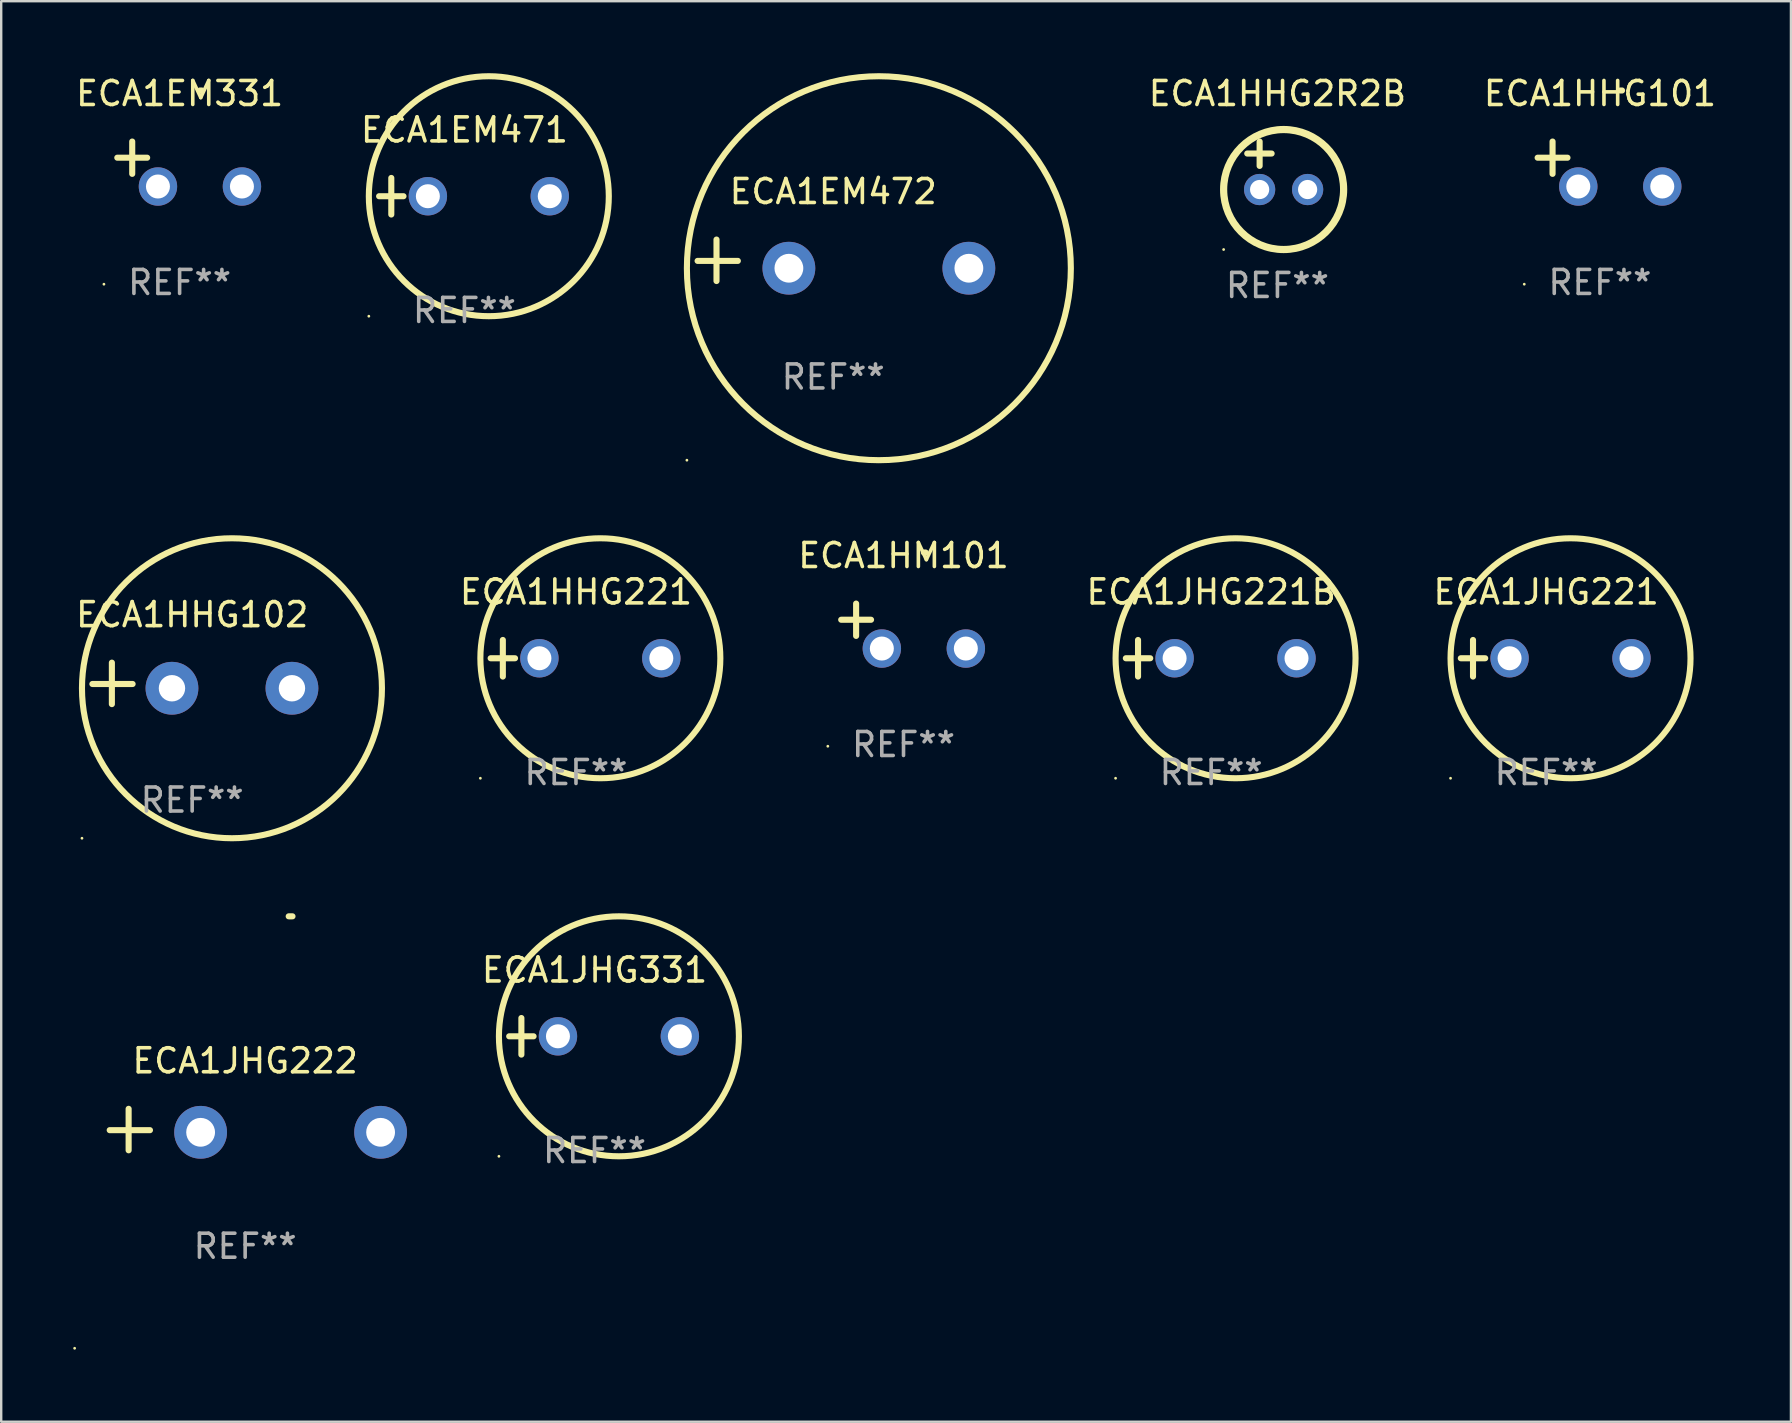
<source format=kicad_pcb>
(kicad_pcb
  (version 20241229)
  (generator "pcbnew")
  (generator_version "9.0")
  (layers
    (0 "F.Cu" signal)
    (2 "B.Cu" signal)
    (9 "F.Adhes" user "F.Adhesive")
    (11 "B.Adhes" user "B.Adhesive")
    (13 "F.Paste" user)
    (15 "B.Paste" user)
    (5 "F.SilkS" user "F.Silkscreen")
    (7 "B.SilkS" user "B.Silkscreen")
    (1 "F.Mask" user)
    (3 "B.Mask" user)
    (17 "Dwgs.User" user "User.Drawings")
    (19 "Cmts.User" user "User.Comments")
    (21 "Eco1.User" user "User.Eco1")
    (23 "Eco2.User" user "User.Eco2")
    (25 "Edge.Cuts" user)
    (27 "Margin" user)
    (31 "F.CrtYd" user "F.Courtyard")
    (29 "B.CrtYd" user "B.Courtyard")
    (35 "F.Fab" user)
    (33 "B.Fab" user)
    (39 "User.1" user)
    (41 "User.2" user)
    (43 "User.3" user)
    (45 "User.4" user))
  (footprint "ECA1EM472"
    (layer "F.Cu")
    (at 31.672 7.797)
    (property "Reference" "ECA1EM472" (at 0 -2.864 0) (layer "F.SilkS") (effects (font (size 1 1) (thickness 0.15))))
    (attr through_hole)
    (fp_line (start -4.864 0.864) (end -4.864 -0.864) (stroke (width 0.254) (type solid)) (layer "F.SilkS"))
    (fp_line (start -3.975 0.025) (end -5.652 0.025) (stroke (width 0.254) (type solid)) (layer "F.SilkS"))
    (fp_circle (center -6.098 8.33) (end -6.068 8.33) (stroke (width 0.06) (type solid)) (fill no) (layer "F.SilkS"))
    (fp_circle (center 1.902 0.33) (end 9.902 0.33) (stroke (width 0.254) (type solid)) (fill no) (layer "F.SilkS"))
    (fp_text user "REF**" (at 0 4.864 0) (layer "F.Fab") (effects (font (size 1 1) (thickness 0.15))))
    (pad "1" thru_hole circle (at -1.848 0.33) (size 2.2 2.2) (drill 1.2) (layers "*.Cu" "*.Mask"))
    (pad "2" thru_hole circle (at 5.652 0.33) (size 2.2 2.2) (drill 1.2) (layers "*.Cu" "*.Mask")))
  (footprint "ECA1JHG222"
    (layer "F.Cu")
    (at 7.166 44.021)
    (property "Reference" "ECA1JHG222" (at 0 -2.864 0) (layer "F.SilkS") (effects (font (size 1 1) (thickness 0.15))))
    (attr through_hole)
    (fp_line (start -4.856 0.864) (end -4.856 -0.864) (stroke (width 0.254) (type solid)) (layer "F.SilkS"))
    (fp_line (start -3.967 0.025) (end -5.644 0.025) (stroke (width 0.254) (type solid)) (layer "F.SilkS"))
    (fp_arc (start 1.815024 -8.885649) (mid 1.893764 -8.88599) (end 1.972504 -8.885649) (stroke (width 0.254001) (type solid)) (layer "F.SilkS"))
    (fp_circle (center -7.106 9.114) (end -7.076 9.114) (stroke (width 0.06) (type solid)) (fill no) (layer "F.SilkS"))
    (fp_text user "REF**" (at 0 4.864 0) (layer "F.Fab") (effects (font (size 1 1) (thickness 0.15))))
    (pad "1" thru_hole circle (at -1.856 0.114) (size 2.2 2.2) (drill 1.2) (layers "*.Cu" "*.Mask"))
    (pad "2" thru_hole circle (at 5.644 0.114) (size 2.2 2.2) (drill 1.2) (layers "*.Cu" "*.Mask")))
  (footprint "ECA1HHG101"
    (layer "F.Cu")
    (at 63.623 3.785)
    (property "Reference" "ECA1HHG101" (at 0 -2.937 0) (layer "F.SilkS") (effects (font (size 1 1) (thickness 0.15))))
    (attr through_hole)
    (fp_line (start -1.975 0.41) (end -1.975 -0.937) (stroke (width 0.254) (type solid)) (layer "F.SilkS"))
    (fp_line (start -1.353 -0.263) (end -2.597 -0.263) (stroke (width 0.254) (type solid)) (layer "F.SilkS"))
    (fp_arc (start 0.849809 -3.063957) (mid 0.885369 -3.064114) (end 0.920929 -3.063957) (stroke (width 0.254001) (type solid)) (layer "F.SilkS"))
    (fp_circle (center -3.154 5.008) (end -3.124 5.008) (stroke (width 0.06) (type solid)) (fill no) (layer "F.SilkS"))
    (fp_text user "REF**" (at 0 4.937 0) (layer "F.Fab") (effects (font (size 1 1) (thickness 0.15))))
    (pad "1" thru_hole circle (at -0.903 0.937) (size 1.6 1.6) (drill 1) (layers "*.Cu" "*.Mask"))
    (pad "2" thru_hole circle (at 2.597 0.937) (size 1.6 1.6) (drill 1) (layers "*.Cu" "*.Mask")))
  (footprint "ECA1HHG2R2B"
    (layer "F.Cu")
    (at 50.183 3.848)
    (property "Reference" "ECA1HHG2R2B" (at 0 -3 0) (layer "F.SilkS") (effects (font (size 1 1) (thickness 0.15))))
    (attr through_hole)
    (fp_line (start -1.258 -0.5) (end -0.242 -0.5) (stroke (width 0.254) (type solid)) (layer "F.SilkS"))
    (fp_line (start -0.742 -1) (end -0.742 0.016) (stroke (width 0.254) (type solid)) (layer "F.SilkS"))
    (fp_circle (center -2.242 3.5) (end -2.212 3.5) (stroke (width 0.06) (type solid)) (fill no) (layer "F.SilkS"))
    (fp_circle (center 0.258 1) (end 2.758 1) (stroke (width 0.3) (type solid)) (fill no) (layer "F.SilkS"))
    (fp_text user "REF**" (at 0 5 0) (layer "F.Fab") (effects (font (size 1 1) (thickness 0.15))))
    (pad "1" thru_hole circle (at -0.742 1) (size 1.3 1.3) (drill 0.8) (layers "*.Cu" "*.Mask"))
    (pad "2" thru_hole circle (at 1.258 1) (size 1.3 1.3) (drill 0.8) (layers "*.Cu" "*.Mask")))
  (footprint "ECA1JHG331"
    (layer "F.Cu")
    (at 21.725 40.135)
    (property "Reference" "ECA1JHG331" (at 0 -2.762 0) (layer "F.SilkS") (effects (font (size 1 1) (thickness 0.15))))
    (attr through_hole)
    (fp_line (start -3.556 0) (end -2.54 0) (stroke (width 0.254) (type solid)) (layer "F.SilkS"))
    (fp_line (start -3.048 -0.762) (end -3.048 0.762) (stroke (width 0.254) (type solid)) (layer "F.SilkS"))
    (fp_circle (center -3.984 5) (end -3.954 5) (stroke (width 0.06) (type solid)) (fill no) (layer "F.SilkS"))
    (fp_circle (center 1.016 0) (end 6.016 0) (stroke (width 0.254) (type solid)) (fill no) (layer "F.SilkS"))
    (fp_text user "REF**" (at 0 4.762 0) (layer "F.Fab") (effects (font (size 1 1) (thickness 0.15))))
    (pad "1" thru_hole circle (at -1.524 0) (size 1.6 1.6) (drill 1) (layers "*.Cu" "*.Mask"))
    (pad "2" thru_hole circle (at 3.556 0) (size 1.6 1.6) (drill 1) (layers "*.Cu" "*.Mask")))
  (footprint "ECA1EM471"
    (layer "F.Cu")
    (at 16.304 5.127)
    (property "Reference" "ECA1EM471" (at 0 -2.762 0) (layer "F.SilkS") (effects (font (size 1 1) (thickness 0.15))))
    (attr through_hole)
    (fp_line (start -3.556 0) (end -2.54 0) (stroke (width 0.254) (type solid)) (layer "F.SilkS"))
    (fp_line (start -3.048 -0.762) (end -3.048 0.762) (stroke (width 0.254) (type solid)) (layer "F.SilkS"))
    (fp_circle (center -3.984 5) (end -3.954 5) (stroke (width 0.06) (type solid)) (fill no) (layer "F.SilkS"))
    (fp_circle (center 1.016 0) (end 6.016 0) (stroke (width 0.254) (type solid)) (fill no) (layer "F.SilkS"))
    (fp_text user "REF**" (at 0 4.762 0) (layer "F.Fab") (effects (font (size 1 1) (thickness 0.15))))
    (pad "1" thru_hole circle (at -1.524 0) (size 1.6 1.6) (drill 1) (layers "*.Cu" "*.Mask"))
    (pad "2" thru_hole circle (at 3.556 0) (size 1.6 1.6) (drill 1) (layers "*.Cu" "*.Mask")))
  (footprint "ECA1HM101"
    (layer "F.Cu")
    (at 34.601 23.039)
    (property "Reference" "ECA1HM101" (at 0 -2.937 0) (layer "F.SilkS") (effects (font (size 1 1) (thickness 0.15))))
    (attr through_hole)
    (fp_line (start -1.975 0.41) (end -1.975 -0.937) (stroke (width 0.254) (type solid)) (layer "F.SilkS"))
    (fp_line (start -1.353 -0.263) (end -2.597 -0.263) (stroke (width 0.254) (type solid)) (layer "F.SilkS"))
    (fp_arc (start 0.849809 -3.063957) (mid 0.885369 -3.064114) (end 0.920929 -3.063957) (stroke (width 0.254001) (type solid)) (layer "F.SilkS"))
    (fp_circle (center -3.154 5.008) (end -3.124 5.008) (stroke (width 0.06) (type solid)) (fill no) (layer "F.SilkS"))
    (fp_text user "REF**" (at 0 4.937 0) (layer "F.Fab") (effects (font (size 1 1) (thickness 0.15))))
    (pad "1" thru_hole circle (at -0.903 0.937) (size 1.6 1.6) (drill 1) (layers "*.Cu" "*.Mask"))
    (pad "2" thru_hole circle (at 2.597 0.937) (size 1.6 1.6) (drill 1) (layers "*.Cu" "*.Mask")))
  (footprint "ECA1EM331"
    (layer "F.Cu")
    (at 4.435 3.785)
    (property "Reference" "ECA1EM331" (at 0 -2.937 0) (layer "F.SilkS") (effects (font (size 1 1) (thickness 0.15))))
    (attr through_hole)
    (fp_line (start -1.975 0.41) (end -1.975 -0.937) (stroke (width 0.254) (type solid)) (layer "F.SilkS"))
    (fp_line (start -1.353 -0.263) (end -2.597 -0.263) (stroke (width 0.254) (type solid)) (layer "F.SilkS"))
    (fp_arc (start 0.849809 -3.063957) (mid 0.885369 -3.064114) (end 0.920929 -3.063957) (stroke (width 0.254001) (type solid)) (layer "F.SilkS"))
    (fp_circle (center -3.154 5.008) (end -3.124 5.008) (stroke (width 0.06) (type solid)) (fill no) (layer "F.SilkS"))
    (fp_text user "REF**" (at 0 4.937 0) (layer "F.Fab") (effects (font (size 1 1) (thickness 0.15))))
    (pad "1" thru_hole circle (at -0.903 0.937) (size 1.6 1.6) (drill 1) (layers "*.Cu" "*.Mask"))
    (pad "2" thru_hole circle (at 2.597 0.937) (size 1.6 1.6) (drill 1) (layers "*.Cu" "*.Mask")))
  (footprint "ECA1HHG221"
    (layer "F.Cu")
    (at 20.952 24.381)
    (property "Reference" "ECA1HHG221" (at 0 -2.762 0) (layer "F.SilkS") (effects (font (size 1 1) (thickness 0.15))))
    (attr through_hole)
    (fp_line (start -3.556 0) (end -2.54 0) (stroke (width 0.254) (type solid)) (layer "F.SilkS"))
    (fp_line (start -3.048 -0.762) (end -3.048 0.762) (stroke (width 0.254) (type solid)) (layer "F.SilkS"))
    (fp_circle (center -3.984 5) (end -3.954 5) (stroke (width 0.06) (type solid)) (fill no) (layer "F.SilkS"))
    (fp_circle (center 1.016 0) (end 6.016 0) (stroke (width 0.254) (type solid)) (fill no) (layer "F.SilkS"))
    (fp_text user "REF**" (at 0 4.762 0) (layer "F.Fab") (effects (font (size 1 1) (thickness 0.15))))
    (pad "1" thru_hole circle (at -1.524 0) (size 1.6 1.6) (drill 1) (layers "*.Cu" "*.Mask"))
    (pad "2" thru_hole circle (at 3.556 0) (size 1.6 1.6) (drill 1) (layers "*.Cu" "*.Mask")))
  (footprint "ECA1JHG221B"
    (layer "F.Cu")
    (at 47.422 24.381)
    (property "Reference" "ECA1JHG221B" (at 0 -2.762 0) (layer "F.SilkS") (effects (font (size 1 1) (thickness 0.15))))
    (attr through_hole)
    (fp_line (start -3.556 0) (end -2.54 0) (stroke (width 0.254) (type solid)) (layer "F.SilkS"))
    (fp_line (start -3.048 -0.762) (end -3.048 0.762) (stroke (width 0.254) (type solid)) (layer "F.SilkS"))
    (fp_circle (center -3.984 5) (end -3.954 5) (stroke (width 0.06) (type solid)) (fill no) (layer "F.SilkS"))
    (fp_circle (center 1.016 0) (end 6.016 0) (stroke (width 0.254) (type solid)) (fill no) (layer "F.SilkS"))
    (fp_text user "REF**" (at 0 4.762 0) (layer "F.Fab") (effects (font (size 1 1) (thickness 0.15))))
    (pad "1" thru_hole circle (at -1.524 0) (size 1.6 1.6) (drill 1) (layers "*.Cu" "*.Mask"))
    (pad "2" thru_hole circle (at 3.556 0) (size 1.6 1.6) (drill 1) (layers "*.Cu" "*.Mask")))
  (footprint "ECA1JHG221"
    (layer "F.Cu")
    (at 61.381 24.381)
    (property "Reference" "ECA1JHG221" (at 0 -2.762 0) (layer "F.SilkS") (effects (font (size 1 1) (thickness 0.15))))
    (attr through_hole)
    (fp_line (start -3.556 0) (end -2.54 0) (stroke (width 0.254) (type solid)) (layer "F.SilkS"))
    (fp_line (start -3.048 -0.762) (end -3.048 0.762) (stroke (width 0.254) (type solid)) (layer "F.SilkS"))
    (fp_circle (center -3.984 5) (end -3.954 5) (stroke (width 0.06) (type solid)) (fill no) (layer "F.SilkS"))
    (fp_circle (center 1.016 0) (end 6.016 0) (stroke (width 0.254) (type solid)) (fill no) (layer "F.SilkS"))
    (fp_text user "REF**" (at 0 4.762 0) (layer "F.Fab") (effects (font (size 1 1) (thickness 0.15))))
    (pad "1" thru_hole circle (at -1.524 0) (size 1.6 1.6) (drill 1) (layers "*.Cu" "*.Mask"))
    (pad "2" thru_hole circle (at 3.556 0) (size 1.6 1.6) (drill 1) (layers "*.Cu" "*.Mask")))
  (footprint "ECA1HHG102"
    (layer "F.Cu")
    (at 4.958 25.428)
    (property "Reference" "ECA1HHG102" (at 0 -2.864 0) (layer "F.SilkS") (effects (font (size 1 1) (thickness 0.15))))
    (attr through_hole)
    (fp_line (start -3.346 0.864) (end -3.346 -0.864) (stroke (width 0.254) (type solid)) (layer "F.SilkS"))
    (fp_line (start -2.482 0.025) (end -4.158 0.025) (stroke (width 0.254) (type solid)) (layer "F.SilkS"))
    (fp_circle (center -4.592 6.453) (end -4.562 6.453) (stroke (width 0.06) (type solid)) (fill no) (layer "F.SilkS"))
    (fp_circle (center 1.658 0.203) (end 7.908 0.203) (stroke (width 0.254) (type solid)) (fill no) (layer "F.SilkS"))
    (fp_text user "REF**" (at 0 4.864 0) (layer "F.Fab") (effects (font (size 1 1) (thickness 0.15))))
    (pad "1" thru_hole circle (at -0.842 0.203) (size 2.2 2.2) (drill 1.1) (layers "*.Cu" "*.Mask"))
    (pad "2" thru_hole circle (at 4.158 0.203) (size 2.2 2.2) (drill 1.1) (layers "*.Cu" "*.Mask")))
  (gr_rect
    (start -3 -3)
    (end 71.582 56.195)
    (stroke (width 0.1) (type default))
    (fill no)
    (layer "Edge.Cuts")))
</source>
